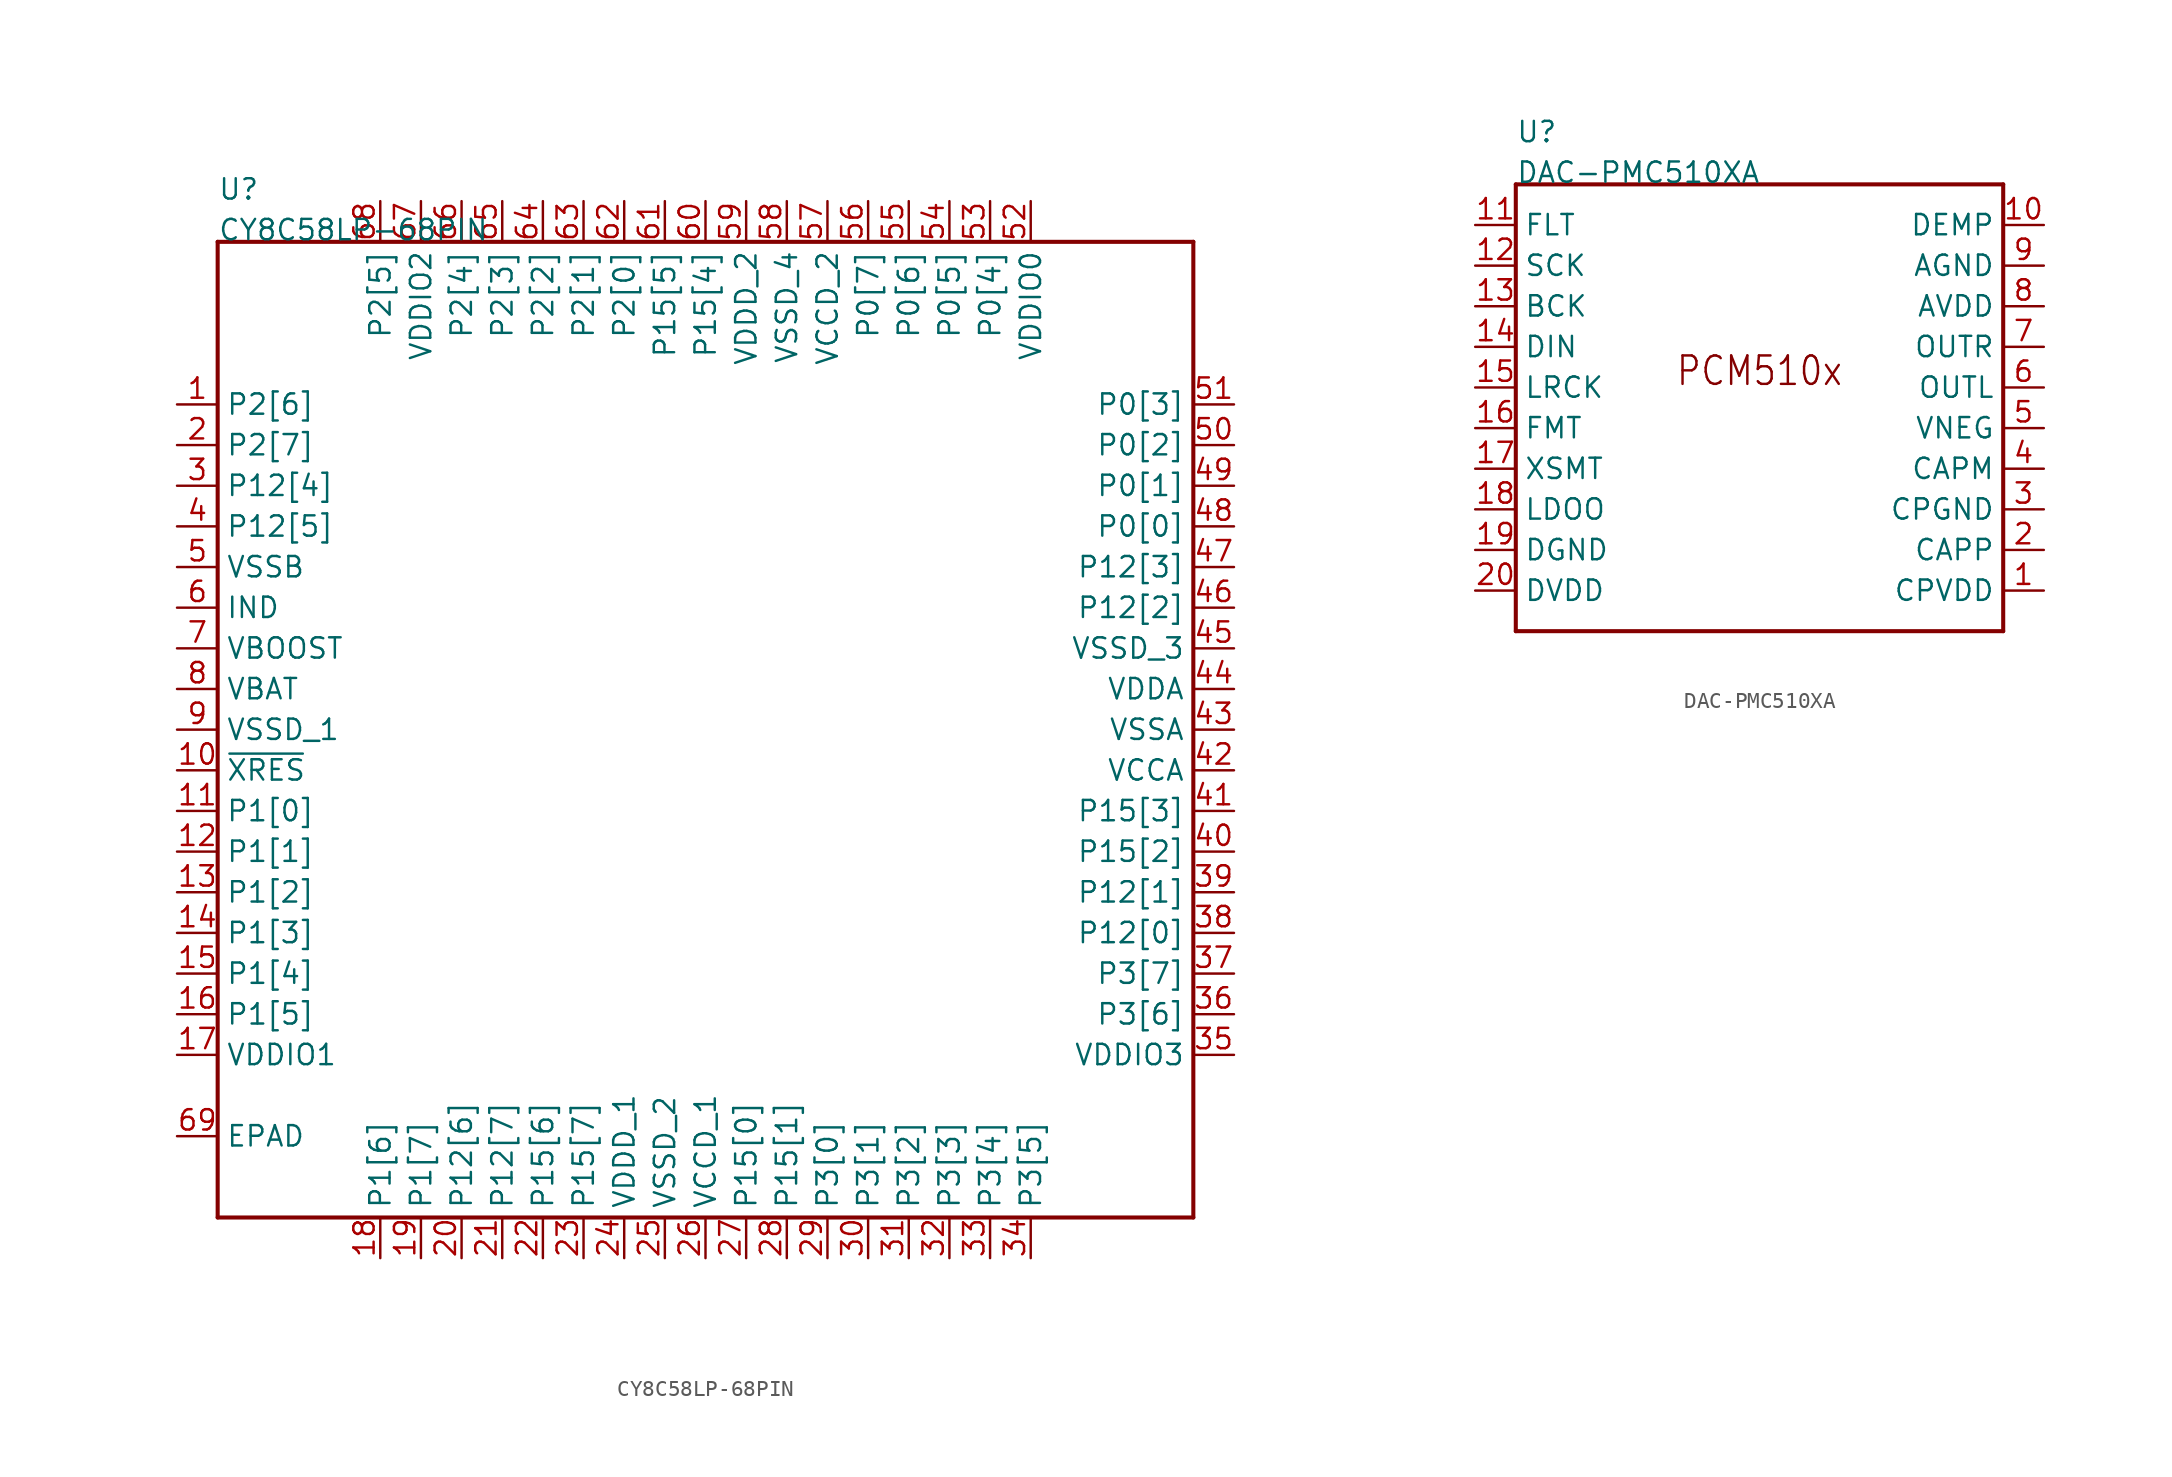
<source format=kicad_sym>
(kicad_symbol_lib
  (version 20211014)
  (generator kicad_symbol_editor)
  (symbol "CY8C58LP-68PIN"
    (pin_names)
    (property "Reference" "U"
      (at -30.48 33.02 0)
      (effects (font (size 1.27 1.27)) (justify left bottom)))
    (property "Value" "CY8C58LP-68PIN"
      (at -30.48 30.48 0)
      (effects (font (size 1.27 1.27)) (justify left bottom)))
    (property "Datasheet" ""
      (at 0 0 0))
    (property "ki_description" "CY8C5868  - 32-Bit 256KB Microcontroller 68QFN   Technical Specifications:    Number of I/O: 38   Core Size: 32-Bit Single-Core   Speed: 67MHz   Voltage - Supply (Vcc/Vdd): 1.71V ~ 5.5V   Operating Temperature: -40°C ~ 85°C (TA)       Component Search:  CY8C5868   Datasheet:  PSoC® 5LP: CY8C58LP Family Datasheet Programmable System-on-Chip (PSoC®) "
      (at 0 0 0))
    (property "ki_fp_filters" "FlashPCB_ICs:68-QFN(8X8)-EXPOSED-PAD"
      (at 0 0 0))
    (symbol "CY8C58LP-68PIN_1_1"
      (polyline (pts (xy -30.48 30.48) (xy -30.48 -30.48)) (stroke (width 0.254)) (fill (type none)))
      (polyline (pts (xy -30.48 -30.48) (xy 30.48 -30.48)) (stroke (width 0.254)) (fill (type none)))
      (polyline (pts (xy 30.48 -30.48) (xy 30.48 30.48)) (stroke (width 0.254)) (fill (type none)))
      (polyline (pts (xy 30.48 30.48) (xy -30.48 30.48)) (stroke (width 0.254)) (fill (type none)))
      (pin bidirectional line (at -33.02 20.32 0) (length 2.54) (name "P2[6]" (effects (font (size 1.27 1.27)))) (number "1" (effects (font (size 1.27 1.27)))))
      (pin bidirectional line (at -33.02 17.78 0) (length 2.54) (name "P2[7]" (effects (font (size 1.27 1.27)))) (number "2" (effects (font (size 1.27 1.27)))))
      (pin bidirectional line (at -33.02 15.24 0) (length 2.54) (name "P12[4]" (effects (font (size 1.27 1.27)))) (number "3" (effects (font (size 1.27 1.27)))))
      (pin bidirectional line (at -33.02 12.7 0) (length 2.54) (name "P12[5]" (effects (font (size 1.27 1.27)))) (number "4" (effects (font (size 1.27 1.27)))))
      (pin bidirectional line (at -33.02 10.16 0) (length 2.54) (name "VSSB" (effects (font (size 1.27 1.27)))) (number "5" (effects (font (size 1.27 1.27)))))
      (pin bidirectional line (at -33.02 7.62 0) (length 2.54) (name "IND" (effects (font (size 1.27 1.27)))) (number "6" (effects (font (size 1.27 1.27)))))
      (pin bidirectional line (at -33.02 5.08 0) (length 2.54) (name "VBOOST" (effects (font (size 1.27 1.27)))) (number "7" (effects (font (size 1.27 1.27)))))
      (pin bidirectional line (at -33.02 2.54 0) (length 2.54) (name "VBAT" (effects (font (size 1.27 1.27)))) (number "8" (effects (font (size 1.27 1.27)))))
      (pin bidirectional line (at -33.02 0 0) (length 2.54) (name "VSSD_1" (effects (font (size 1.27 1.27)))) (number "9" (effects (font (size 1.27 1.27)))))
      (pin bidirectional line (at -33.02 -2.54 0) (length 2.54) (name "~{XRES}" (effects (font (size 1.27 1.27)))) (number "10" (effects (font (size 1.27 1.27)))))
      (pin bidirectional line (at -33.02 -5.08 0) (length 2.54) (name "P1[0]" (effects (font (size 1.27 1.27)))) (number "11" (effects (font (size 1.27 1.27)))))
      (pin bidirectional line (at -33.02 -7.62 0) (length 2.54) (name "P1[1]" (effects (font (size 1.27 1.27)))) (number "12" (effects (font (size 1.27 1.27)))))
      (pin bidirectional line (at -33.02 -10.16 0) (length 2.54) (name "P1[2]" (effects (font (size 1.27 1.27)))) (number "13" (effects (font (size 1.27 1.27)))))
      (pin bidirectional line (at -33.02 -12.7 0) (length 2.54) (name "P1[3]" (effects (font (size 1.27 1.27)))) (number "14" (effects (font (size 1.27 1.27)))))
      (pin bidirectional line (at -33.02 -15.24 0) (length 2.54) (name "P1[4]" (effects (font (size 1.27 1.27)))) (number "15" (effects (font (size 1.27 1.27)))))
      (pin bidirectional line (at -33.02 -17.78 0) (length 2.54) (name "P1[5]" (effects (font (size 1.27 1.27)))) (number "16" (effects (font (size 1.27 1.27)))))
      (pin bidirectional line (at -33.02 -20.32 0) (length 2.54) (name "VDDIO1" (effects (font (size 1.27 1.27)))) (number "17" (effects (font (size 1.27 1.27)))))
      (pin bidirectional line (at -20.32 -33.02 90) (length 2.54) (name "P1[6]" (effects (font (size 1.27 1.27)))) (number "18" (effects (font (size 1.27 1.27)))))
      (pin bidirectional line (at -17.78 -33.02 90) (length 2.54) (name "P1[7]" (effects (font (size 1.27 1.27)))) (number "19" (effects (font (size 1.27 1.27)))))
      (pin bidirectional line (at -15.24 -33.02 90) (length 2.54) (name "P12[6]" (effects (font (size 1.27 1.27)))) (number "20" (effects (font (size 1.27 1.27)))))
      (pin bidirectional line (at -12.7 -33.02 90) (length 2.54) (name "P12[7]" (effects (font (size 1.27 1.27)))) (number "21" (effects (font (size 1.27 1.27)))))
      (pin bidirectional line (at -10.16 -33.02 90) (length 2.54) (name "P15[6]" (effects (font (size 1.27 1.27)))) (number "22" (effects (font (size 1.27 1.27)))))
      (pin bidirectional line (at -7.62 -33.02 90) (length 2.54) (name "P15[7]" (effects (font (size 1.27 1.27)))) (number "23" (effects (font (size 1.27 1.27)))))
      (pin bidirectional line (at -5.08 -33.02 90) (length 2.54) (name "VDDD_1" (effects (font (size 1.27 1.27)))) (number "24" (effects (font (size 1.27 1.27)))))
      (pin bidirectional line (at -2.54 -33.02 90) (length 2.54) (name "VSSD_2" (effects (font (size 1.27 1.27)))) (number "25" (effects (font (size 1.27 1.27)))))
      (pin bidirectional line (at 0 -33.02 90) (length 2.54) (name "VCCD_1" (effects (font (size 1.27 1.27)))) (number "26" (effects (font (size 1.27 1.27)))))
      (pin bidirectional line (at 2.54 -33.02 90) (length 2.54) (name "P15[0]" (effects (font (size 1.27 1.27)))) (number "27" (effects (font (size 1.27 1.27)))))
      (pin bidirectional line (at 5.08 -33.02 90) (length 2.54) (name "P15[1]" (effects (font (size 1.27 1.27)))) (number "28" (effects (font (size 1.27 1.27)))))
      (pin bidirectional line (at 7.62 -33.02 90) (length 2.54) (name "P3[0]" (effects (font (size 1.27 1.27)))) (number "29" (effects (font (size 1.27 1.27)))))
      (pin bidirectional line (at 10.16 -33.02 90) (length 2.54) (name "P3[1]" (effects (font (size 1.27 1.27)))) (number "30" (effects (font (size 1.27 1.27)))))
      (pin bidirectional line (at 12.7 -33.02 90) (length 2.54) (name "P3[2]" (effects (font (size 1.27 1.27)))) (number "31" (effects (font (size 1.27 1.27)))))
      (pin bidirectional line (at 15.24 -33.02 90) (length 2.54) (name "P3[3]" (effects (font (size 1.27 1.27)))) (number "32" (effects (font (size 1.27 1.27)))))
      (pin bidirectional line (at 17.78 -33.02 90) (length 2.54) (name "P3[4]" (effects (font (size 1.27 1.27)))) (number "33" (effects (font (size 1.27 1.27)))))
      (pin bidirectional line (at 20.32 -33.02 90) (length 2.54) (name "P3[5]" (effects (font (size 1.27 1.27)))) (number "34" (effects (font (size 1.27 1.27)))))
      (pin bidirectional line (at 33.02 -20.32 180) (length 2.54) (name "VDDIO3" (effects (font (size 1.27 1.27)))) (number "35" (effects (font (size 1.27 1.27)))))
      (pin bidirectional line (at 33.02 -17.78 180) (length 2.54) (name "P3[6]" (effects (font (size 1.27 1.27)))) (number "36" (effects (font (size 1.27 1.27)))))
      (pin bidirectional line (at 33.02 -15.24 180) (length 2.54) (name "P3[7]" (effects (font (size 1.27 1.27)))) (number "37" (effects (font (size 1.27 1.27)))))
      (pin bidirectional line (at 33.02 -12.7 180) (length 2.54) (name "P12[0]" (effects (font (size 1.27 1.27)))) (number "38" (effects (font (size 1.27 1.27)))))
      (pin bidirectional line (at 33.02 -10.16 180) (length 2.54) (name "P12[1]" (effects (font (size 1.27 1.27)))) (number "39" (effects (font (size 1.27 1.27)))))
      (pin bidirectional line (at 33.02 -7.62 180) (length 2.54) (name "P15[2]" (effects (font (size 1.27 1.27)))) (number "40" (effects (font (size 1.27 1.27)))))
      (pin bidirectional line (at 33.02 -5.08 180) (length 2.54) (name "P15[3]" (effects (font (size 1.27 1.27)))) (number "41" (effects (font (size 1.27 1.27)))))
      (pin bidirectional line (at 33.02 -2.54 180) (length 2.54) (name "VCCA" (effects (font (size 1.27 1.27)))) (number "42" (effects (font (size 1.27 1.27)))))
      (pin bidirectional line (at 33.02 0 180) (length 2.54) (name "VSSA" (effects (font (size 1.27 1.27)))) (number "43" (effects (font (size 1.27 1.27)))))
      (pin bidirectional line (at 33.02 2.54 180) (length 2.54) (name "VDDA" (effects (font (size 1.27 1.27)))) (number "44" (effects (font (size 1.27 1.27)))))
      (pin bidirectional line (at 33.02 5.08 180) (length 2.54) (name "VSSD_3" (effects (font (size 1.27 1.27)))) (number "45" (effects (font (size 1.27 1.27)))))
      (pin bidirectional line (at 33.02 7.62 180) (length 2.54) (name "P12[2]" (effects (font (size 1.27 1.27)))) (number "46" (effects (font (size 1.27 1.27)))))
      (pin bidirectional line (at 33.02 10.16 180) (length 2.54) (name "P12[3]" (effects (font (size 1.27 1.27)))) (number "47" (effects (font (size 1.27 1.27)))))
      (pin bidirectional line (at 33.02 12.7 180) (length 2.54) (name "P0[0]" (effects (font (size 1.27 1.27)))) (number "48" (effects (font (size 1.27 1.27)))))
      (pin bidirectional line (at 33.02 15.24 180) (length 2.54) (name "P0[1]" (effects (font (size 1.27 1.27)))) (number "49" (effects (font (size 1.27 1.27)))))
      (pin bidirectional line (at 33.02 17.78 180) (length 2.54) (name "P0[2]" (effects (font (size 1.27 1.27)))) (number "50" (effects (font (size 1.27 1.27)))))
      (pin bidirectional line (at 33.02 20.32 180) (length 2.54) (name "P0[3]" (effects (font (size 1.27 1.27)))) (number "51" (effects (font (size 1.27 1.27)))))
      (pin bidirectional line (at 20.32 33.02 270) (length 2.54) (name "VDDIO0" (effects (font (size 1.27 1.27)))) (number "52" (effects (font (size 1.27 1.27)))))
      (pin bidirectional line (at 17.78 33.02 270) (length 2.54) (name "P0[4]" (effects (font (size 1.27 1.27)))) (number "53" (effects (font (size 1.27 1.27)))))
      (pin bidirectional line (at 15.24 33.02 270) (length 2.54) (name "P0[5]" (effects (font (size 1.27 1.27)))) (number "54" (effects (font (size 1.27 1.27)))))
      (pin bidirectional line (at 12.7 33.02 270) (length 2.54) (name "P0[6]" (effects (font (size 1.27 1.27)))) (number "55" (effects (font (size 1.27 1.27)))))
      (pin bidirectional line (at 10.16 33.02 270) (length 2.54) (name "P0[7]" (effects (font (size 1.27 1.27)))) (number "56" (effects (font (size 1.27 1.27)))))
      (pin bidirectional line (at 7.62 33.02 270) (length 2.54) (name "VCCD_2" (effects (font (size 1.27 1.27)))) (number "57" (effects (font (size 1.27 1.27)))))
      (pin bidirectional line (at 5.08 33.02 270) (length 2.54) (name "VSSD_4" (effects (font (size 1.27 1.27)))) (number "58" (effects (font (size 1.27 1.27)))))
      (pin bidirectional line (at 2.54 33.02 270) (length 2.54) (name "VDDD_2" (effects (font (size 1.27 1.27)))) (number "59" (effects (font (size 1.27 1.27)))))
      (pin bidirectional line (at 0 33.02 270) (length 2.54) (name "P15[4]" (effects (font (size 1.27 1.27)))) (number "60" (effects (font (size 1.27 1.27)))))
      (pin bidirectional line (at -2.54 33.02 270) (length 2.54) (name "P15[5]" (effects (font (size 1.27 1.27)))) (number "61" (effects (font (size 1.27 1.27)))))
      (pin bidirectional line (at -5.08 33.02 270) (length 2.54) (name "P2[0]" (effects (font (size 1.27 1.27)))) (number "62" (effects (font (size 1.27 1.27)))))
      (pin bidirectional line (at -7.62 33.02 270) (length 2.54) (name "P2[1]" (effects (font (size 1.27 1.27)))) (number "63" (effects (font (size 1.27 1.27)))))
      (pin bidirectional line (at -10.16 33.02 270) (length 2.54) (name "P2[2]" (effects (font (size 1.27 1.27)))) (number "64" (effects (font (size 1.27 1.27)))))
      (pin bidirectional line (at -12.7 33.02 270) (length 2.54) (name "P2[3]" (effects (font (size 1.27 1.27)))) (number "65" (effects (font (size 1.27 1.27)))))
      (pin bidirectional line (at -15.24 33.02 270) (length 2.54) (name "P2[4]" (effects (font (size 1.27 1.27)))) (number "66" (effects (font (size 1.27 1.27)))))
      (pin bidirectional line (at -17.78 33.02 270) (length 2.54) (name "VDDIO2" (effects (font (size 1.27 1.27)))) (number "67" (effects (font (size 1.27 1.27)))))
      (pin bidirectional line (at -20.32 33.02 270) (length 2.54) (name "P2[5]" (effects (font (size 1.27 1.27)))) (number "68" (effects (font (size 1.27 1.27)))))
      (pin bidirectional line (at -33.02 -25.4 0) (length 2.54) (name "EPAD" (effects (font (size 1.27 1.27)))) (number "69" (effects (font (size 1.27 1.27)))))))
  (symbol "DAC-PMC510XA"
    (pin_names)
    (property "Reference" "U"
      (at -15.24 17.78 0)
      (effects (font (size 1.27 1.27)) (justify left bottom)))
    (property "Value" "DAC-PMC510XA"
      (at -15.24 15.24 0)
      (effects (font (size 1.27 1.27)) (justify left bottom)))
    (property "Datasheet" ""
      (at 0 0 0))
    (property "ki_description" "PCM510xA  - IC DAC 16/24/32BIT 384K 20TSSOP   Technical Specifications:    DAC, Audio 16 b, 24 b, 32 b 384k PCM 20-TSSOP   Digital-to-Analog Converter, Audio   Number of Channels: 2   Interface: PCM   Input Resolution: 16-bit, 24-bit, 32-bit   Supply Voltage: 1.8V~3.3V (Digital) / 5.5V (Analog)       Component Search:  PCM5100 / PCM5101 / PCM5102   Datasheet:  PCM510xA 2.1 VRMS, 112/106/100 dB Audio Stereo DAC with PLL and 32-bit, 384 kHz PCM Interface datasheet (Rev. C)  "
      (at 0 0 0))
    (property "ki_fp_filters" "FlashPCB_ICs:20-TSSOP(6.5X4.4)"
      (at 0 0 0))
    (symbol "DAC-PMC510XA_1_1"
      (text "PCM510x" (at 0 2.54 0) (effects (font (size 1.778 1.52)) (justify bottom)))
      (polyline (pts (xy -15.24 15.24) (xy -15.24 -12.7)) (stroke (width 0.254)) (fill (type none)))
      (polyline (pts (xy -15.24 -12.7) (xy 15.24 -12.7)) (stroke (width 0.254)) (fill (type none)))
      (polyline (pts (xy 15.24 -12.7) (xy 15.24 15.24)) (stroke (width 0.254)) (fill (type none)))
      (polyline (pts (xy 15.24 15.24) (xy -15.24 15.24)) (stroke (width 0.254)) (fill (type none)))
      (pin bidirectional line (at -17.78 12.7 0) (length 2.54) (name "FLT" (effects (font (size 1.27 1.27)))) (number "11" (effects (font (size 1.27 1.27)))))
      (pin bidirectional line (at -17.78 10.16 0) (length 2.54) (name "SCK" (effects (font (size 1.27 1.27)))) (number "12" (effects (font (size 1.27 1.27)))))
      (pin bidirectional line (at -17.78 7.62 0) (length 2.54) (name "BCK" (effects (font (size 1.27 1.27)))) (number "13" (effects (font (size 1.27 1.27)))))
      (pin bidirectional line (at -17.78 5.08 0) (length 2.54) (name "DIN" (effects (font (size 1.27 1.27)))) (number "14" (effects (font (size 1.27 1.27)))))
      (pin bidirectional line (at -17.78 2.54 0) (length 2.54) (name "LRCK" (effects (font (size 1.27 1.27)))) (number "15" (effects (font (size 1.27 1.27)))))
      (pin bidirectional line (at -17.78 0 0) (length 2.54) (name "FMT" (effects (font (size 1.27 1.27)))) (number "16" (effects (font (size 1.27 1.27)))))
      (pin bidirectional line (at -17.78 -2.54 0) (length 2.54) (name "XSMT" (effects (font (size 1.27 1.27)))) (number "17" (effects (font (size 1.27 1.27)))))
      (pin bidirectional line (at -17.78 -5.08 0) (length 2.54) (name "LDOO" (effects (font (size 1.27 1.27)))) (number "18" (effects (font (size 1.27 1.27)))))
      (pin bidirectional line (at -17.78 -7.62 0) (length 2.54) (name "DGND" (effects (font (size 1.27 1.27)))) (number "19" (effects (font (size 1.27 1.27)))))
      (pin bidirectional line (at -17.78 -10.16 0) (length 2.54) (name "DVDD" (effects (font (size 1.27 1.27)))) (number "20" (effects (font (size 1.27 1.27)))))
      (pin bidirectional line (at 17.78 -10.16 180) (length 2.54) (name "CPVDD" (effects (font (size 1.27 1.27)))) (number "1" (effects (font (size 1.27 1.27)))))
      (pin bidirectional line (at 17.78 -7.62 180) (length 2.54) (name "CAPP" (effects (font (size 1.27 1.27)))) (number "2" (effects (font (size 1.27 1.27)))))
      (pin bidirectional line (at 17.78 -5.08 180) (length 2.54) (name "CPGND" (effects (font (size 1.27 1.27)))) (number "3" (effects (font (size 1.27 1.27)))))
      (pin bidirectional line (at 17.78 -2.54 180) (length 2.54) (name "CAPM" (effects (font (size 1.27 1.27)))) (number "4" (effects (font (size 1.27 1.27)))))
      (pin bidirectional line (at 17.78 0 180) (length 2.54) (name "VNEG" (effects (font (size 1.27 1.27)))) (number "5" (effects (font (size 1.27 1.27)))))
      (pin bidirectional line (at 17.78 2.54 180) (length 2.54) (name "OUTL" (effects (font (size 1.27 1.27)))) (number "6" (effects (font (size 1.27 1.27)))))
      (pin bidirectional line (at 17.78 5.08 180) (length 2.54) (name "OUTR" (effects (font (size 1.27 1.27)))) (number "7" (effects (font (size 1.27 1.27)))))
      (pin bidirectional line (at 17.78 7.62 180) (length 2.54) (name "AVDD" (effects (font (size 1.27 1.27)))) (number "8" (effects (font (size 1.27 1.27)))))
      (pin bidirectional line (at 17.78 10.16 180) (length 2.54) (name "AGND" (effects (font (size 1.27 1.27)))) (number "9" (effects (font (size 1.27 1.27)))))
      (pin bidirectional line (at 17.78 12.7 180) (length 2.54) (name "DEMP" (effects (font (size 1.27 1.27)))) (number "10" (effects (font (size 1.27 1.27))))))))
</source>
